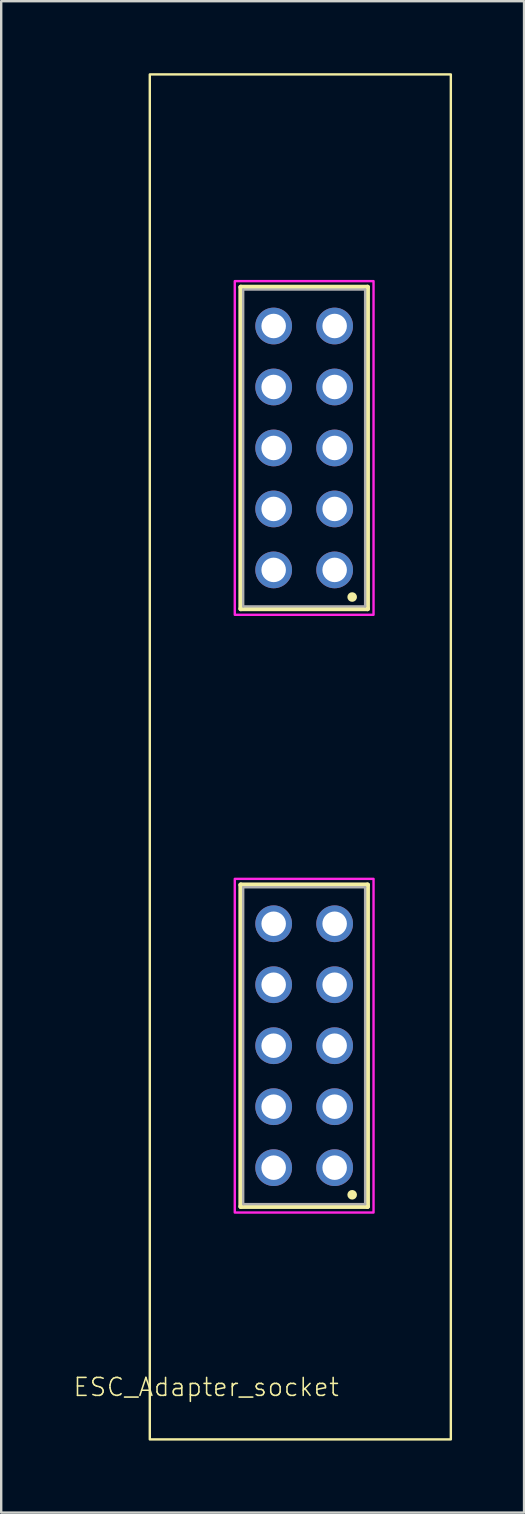
<source format=kicad_pcb>
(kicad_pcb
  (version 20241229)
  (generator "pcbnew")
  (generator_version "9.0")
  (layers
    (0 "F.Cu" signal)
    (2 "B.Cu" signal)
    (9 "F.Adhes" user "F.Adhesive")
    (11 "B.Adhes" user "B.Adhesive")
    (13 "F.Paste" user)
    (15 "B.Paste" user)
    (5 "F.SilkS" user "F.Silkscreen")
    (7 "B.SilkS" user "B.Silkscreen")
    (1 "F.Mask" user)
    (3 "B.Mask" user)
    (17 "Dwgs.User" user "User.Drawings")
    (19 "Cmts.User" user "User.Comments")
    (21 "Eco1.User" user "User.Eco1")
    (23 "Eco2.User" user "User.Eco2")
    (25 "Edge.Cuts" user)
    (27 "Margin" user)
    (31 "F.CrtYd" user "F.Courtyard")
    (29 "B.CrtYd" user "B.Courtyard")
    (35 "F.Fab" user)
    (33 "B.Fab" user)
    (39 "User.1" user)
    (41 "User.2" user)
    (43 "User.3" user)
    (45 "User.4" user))
  (footprint "ESC_Adapter_socket"
    (layer "F.Cu")
    (at 9.64 47.55)
    (property "Reference" "ESC_Adapter_socket" (at 1.48 7.62 0) (unlocked yes) (layer "F.SilkS") (effects (font (size 0.748 0.748) (thickness 0.065)) (justify right bottom)))
    (fp_line (start -2.66 -38.64) (end 2.62 -38.64) (stroke (width 0.2) (type solid)) (layer "F.SilkS"))
    (fp_line (start -2.66 -25.24) (end -2.66 -38.64) (stroke (width 0.2) (type solid)) (layer "F.SilkS"))
    (fp_line (start -2.66 -13.74) (end 2.62 -13.74) (stroke (width 0.2) (type solid)) (layer "F.SilkS"))
    (fp_line (start -2.66 -0.34) (end -2.66 -13.74) (stroke (width 0.2) (type solid)) (layer "F.SilkS"))
    (fp_line (start 2.62 -38.64) (end 2.62 -25.24) (stroke (width 0.2) (type solid)) (layer "F.SilkS"))
    (fp_line (start 2.62 -25.24) (end -2.66 -25.24) (stroke (width 0.2) (type solid)) (layer "F.SilkS"))
    (fp_line (start 2.62 -13.74) (end 2.62 -0.34) (stroke (width 0.2) (type solid)) (layer "F.SilkS"))
    (fp_line (start 2.62 -0.34) (end -2.66 -0.34) (stroke (width 0.2) (type solid)) (layer "F.SilkS"))
    (fp_rect (start -6.45 -47.5) (end 6.09 9.36) (stroke (width 0.1) (type default)) (fill no) (layer "F.SilkS"))
    (fp_circle (center 1.98 -25.73) (end 1.98 -25.83) (stroke (width 0.2) (type solid)) (fill no) (layer "F.SilkS"))
    (fp_circle (center 1.98 -0.83) (end 1.98 -0.93) (stroke (width 0.2) (type solid)) (fill no) (layer "F.SilkS"))
    (fp_rect (start -2.91 -38.89) (end 2.87 -24.99) (stroke (width 0.1) (type default)) (fill no) (layer "F.CrtYd"))
    (fp_rect (start -2.91 -13.99) (end 2.87 -0.09) (stroke (width 0.1) (type default)) (fill no) (layer "F.CrtYd"))
    (fp_line (start -2.56 -38.54) (end -2.56 -25.34) (stroke (width 0.1) (type solid)) (layer "F.Fab"))
    (fp_line (start -2.56 -25.34) (end 2.52 -25.34) (stroke (width 0.1) (type solid)) (layer "F.Fab"))
    (fp_line (start -2.56 -13.64) (end -2.56 -0.44) (stroke (width 0.1) (type solid)) (layer "F.Fab"))
    (fp_line (start -2.56 -0.44) (end 2.52 -0.44) (stroke (width 0.1) (type solid)) (layer "F.Fab"))
    (fp_line (start 2.52 -38.54) (end -2.56 -38.54) (stroke (width 0.1) (type solid)) (layer "F.Fab"))
    (fp_line (start 2.52 -25.34) (end 2.52 -38.54) (stroke (width 0.1) (type solid)) (layer "F.Fab"))
    (fp_line (start 2.52 -13.64) (end -2.56 -13.64) (stroke (width 0.1) (type solid)) (layer "F.Fab"))
    (fp_line (start 2.52 -0.44) (end 2.52 -13.64) (stroke (width 0.1) (type solid)) (layer "F.Fab"))
    (pad "1" thru_hole circle (at 1.25 -1.96 90) (size 1.53 1.53) (drill 1.02) (layers "*.Cu" "*.Mask"))
    (pad "2" thru_hole circle (at -1.29 -1.96 90) (size 1.53 1.53) (drill 1.02) (layers "*.Cu" "*.Mask"))
    (pad "3" thru_hole circle (at 1.25 -4.5 90) (size 1.53 1.53) (drill 1.02) (layers "*.Cu" "*.Mask"))
    (pad "4" thru_hole circle (at -1.29 -4.5 90) (size 1.53 1.53) (drill 1.02) (layers "*.Cu" "*.Mask"))
    (pad "5" thru_hole circle (at 1.25 -7.04 90) (size 1.53 1.53) (drill 1.02) (layers "*.Cu" "*.Mask"))
    (pad "6" thru_hole circle (at -1.29 -7.04 90) (size 1.53 1.53) (drill 1.02) (layers "*.Cu" "*.Mask"))
    (pad "7" thru_hole circle (at 1.25 -9.58 90) (size 1.53 1.53) (drill 1.02) (layers "*.Cu" "*.Mask"))
    (pad "8" thru_hole circle (at -1.29 -9.58 90) (size 1.53 1.53) (drill 1.02) (layers "*.Cu" "*.Mask"))
    (pad "9" thru_hole circle (at 1.25 -12.12 90) (size 1.53 1.53) (drill 1.02) (layers "*.Cu" "*.Mask"))
    (pad "10" thru_hole circle (at -1.29 -12.12 90) (size 1.53 1.53) (drill 1.02) (layers "*.Cu" "*.Mask"))
    (pad "11" thru_hole circle (at 1.25 -26.86 90) (size 1.53 1.53) (drill 1.02) (layers "*.Cu" "*.Mask"))
    (pad "12" thru_hole circle (at -1.29 -26.86 90) (size 1.53 1.53) (drill 1.02) (layers "*.Cu" "*.Mask"))
    (pad "13" thru_hole circle (at 1.25 -29.4 90) (size 1.53 1.53) (drill 1.02) (layers "*.Cu" "*.Mask"))
    (pad "14" thru_hole circle (at -1.29 -29.4 90) (size 1.53 1.53) (drill 1.02) (layers "*.Cu" "*.Mask"))
    (pad "15" thru_hole circle (at 1.25 -31.94 90) (size 1.53 1.53) (drill 1.02) (layers "*.Cu" "*.Mask"))
    (pad "16" thru_hole circle (at -1.29 -31.94 90) (size 1.53 1.53) (drill 1.02) (layers "*.Cu" "*.Mask"))
    (pad "17" thru_hole circle (at 1.25 -34.48 90) (size 1.53 1.53) (drill 1.02) (layers "*.Cu" "*.Mask"))
    (pad "18" thru_hole circle (at -1.29 -34.48 90) (size 1.53 1.53) (drill 1.02) (layers "*.Cu" "*.Mask"))
    (pad "19" thru_hole circle (at 1.25 -37.02 90) (size 1.53 1.53) (drill 1.02) (layers "*.Cu" "*.Mask"))
    (pad "20" thru_hole circle (at -1.29 -37.02 90) (size 1.53 1.53) (drill 1.02) (layers "*.Cu" "*.Mask")))
  (gr_rect
    (start -3 -3)
    (end 18.78 59.96)
    (stroke (width 0.1) (type default))
    (fill no)
    (layer "Edge.Cuts")))
</source>
